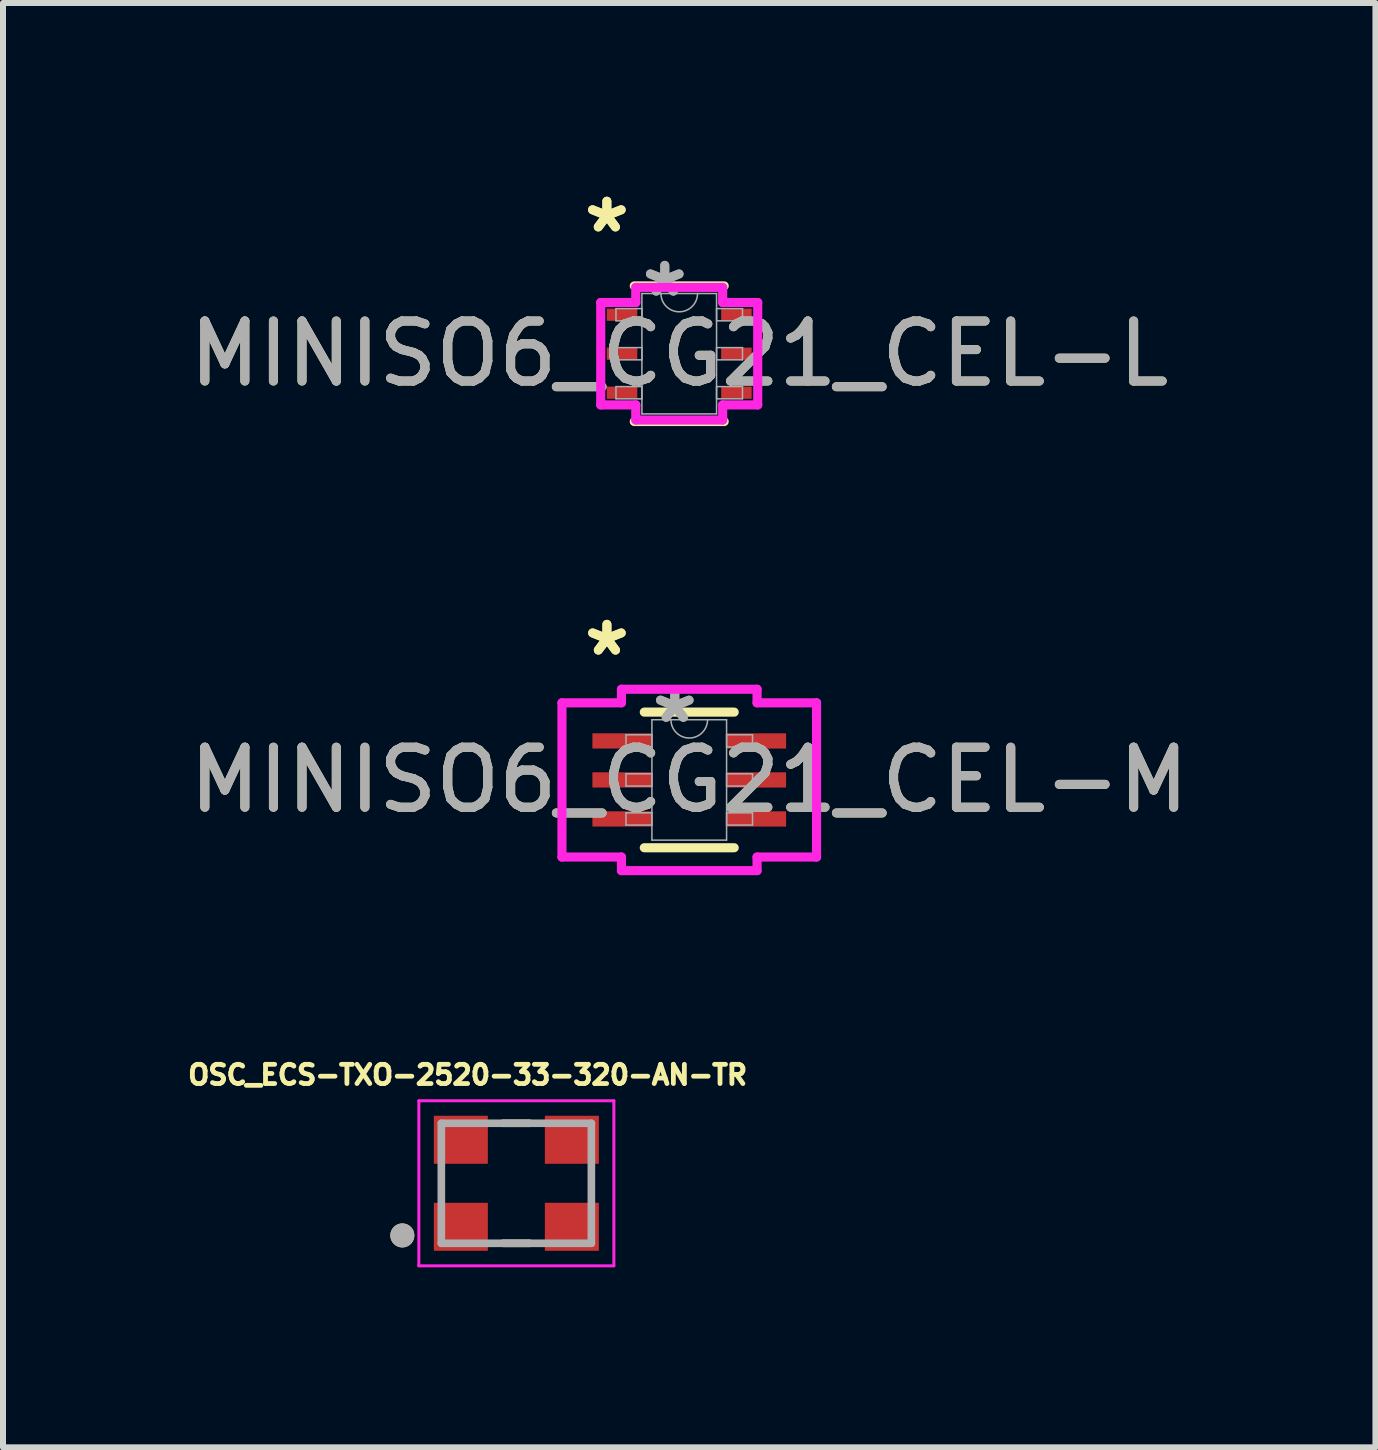
<source format=kicad_pcb>
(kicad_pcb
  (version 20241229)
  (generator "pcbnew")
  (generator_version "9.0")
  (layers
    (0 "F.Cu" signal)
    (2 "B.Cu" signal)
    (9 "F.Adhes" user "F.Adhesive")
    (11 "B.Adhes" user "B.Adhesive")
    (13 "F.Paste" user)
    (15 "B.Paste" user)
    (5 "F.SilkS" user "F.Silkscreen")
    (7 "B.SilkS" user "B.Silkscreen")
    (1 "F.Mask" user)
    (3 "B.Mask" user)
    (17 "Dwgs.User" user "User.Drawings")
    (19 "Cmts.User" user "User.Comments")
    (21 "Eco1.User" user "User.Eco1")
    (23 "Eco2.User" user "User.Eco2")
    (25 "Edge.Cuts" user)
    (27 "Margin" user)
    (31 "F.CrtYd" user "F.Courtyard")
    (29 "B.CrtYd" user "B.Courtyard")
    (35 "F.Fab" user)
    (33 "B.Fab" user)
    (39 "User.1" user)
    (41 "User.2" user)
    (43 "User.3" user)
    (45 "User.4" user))
  (footprint "MINISO6_CG21_CEL-M"
    (layer "F.Cu")
    (at 8.435 9.946)
    (property "Reference" "MINISO6_CG21_CEL-M" (at 0 0 0) (unlocked yes) (layer "F.SilkS") (effects (font (size 1 1) (thickness 0.15))))
    (attr smd)
    (fp_line (start -0.749 1.13) (end 0.749 1.13) (stroke (width 0.152) (type solid)) (layer "F.SilkS"))
    (fp_line (start 0.749 -1.13) (end -0.749 -1.13) (stroke (width 0.152) (type solid)) (layer "F.SilkS"))
    (fp_line (start -2.121 -1.285) (end -1.13 -1.285) (stroke (width 0.152) (type solid)) (layer "F.CrtYd"))
    (fp_line (start -2.121 1.285) (end -2.121 -1.285) (stroke (width 0.152) (type solid)) (layer "F.CrtYd"))
    (fp_line (start -2.121 1.285) (end -1.13 1.285) (stroke (width 0.152) (type solid)) (layer "F.CrtYd"))
    (fp_line (start -1.13 -1.511) (end 1.13 -1.511) (stroke (width 0.152) (type solid)) (layer "F.CrtYd"))
    (fp_line (start -1.13 -1.285) (end -1.13 -1.511) (stroke (width 0.152) (type solid)) (layer "F.CrtYd"))
    (fp_line (start -1.13 1.511) (end -1.13 1.285) (stroke (width 0.152) (type solid)) (layer "F.CrtYd"))
    (fp_line (start 1.13 -1.511) (end 1.13 -1.285) (stroke (width 0.152) (type solid)) (layer "F.CrtYd"))
    (fp_line (start 1.13 1.285) (end 1.13 1.511) (stroke (width 0.152) (type solid)) (layer "F.CrtYd"))
    (fp_line (start 1.13 1.511) (end -1.13 1.511) (stroke (width 0.152) (type solid)) (layer "F.CrtYd"))
    (fp_line (start 2.121 -1.285) (end 1.13 -1.285) (stroke (width 0.152) (type solid)) (layer "F.CrtYd"))
    (fp_line (start 2.121 -1.285) (end 2.121 1.285) (stroke (width 0.152) (type solid)) (layer "F.CrtYd"))
    (fp_line (start 2.121 1.285) (end 1.13 1.285) (stroke (width 0.152) (type solid)) (layer "F.CrtYd"))
    (fp_line (start -1.054 -0.752) (end -1.054 -0.548) (stroke (width 0.025) (type solid)) (layer "F.Fab"))
    (fp_line (start -1.054 -0.548) (end -0.622 -0.548) (stroke (width 0.025) (type solid)) (layer "F.Fab"))
    (fp_line (start -1.054 -0.102) (end -1.054 0.102) (stroke (width 0.025) (type solid)) (layer "F.Fab"))
    (fp_line (start -1.054 0.102) (end -0.622 0.102) (stroke (width 0.025) (type solid)) (layer "F.Fab"))
    (fp_line (start -1.054 0.548) (end -1.054 0.752) (stroke (width 0.025) (type solid)) (layer "F.Fab"))
    (fp_line (start -1.054 0.752) (end -0.622 0.752) (stroke (width 0.025) (type solid)) (layer "F.Fab"))
    (fp_line (start -0.622 -1.003) (end -0.622 1.003) (stroke (width 0.025) (type solid)) (layer "F.Fab"))
    (fp_line (start -0.622 -0.752) (end -1.054 -0.752) (stroke (width 0.025) (type solid)) (layer "F.Fab"))
    (fp_line (start -0.622 -0.548) (end -0.622 -0.752) (stroke (width 0.025) (type solid)) (layer "F.Fab"))
    (fp_line (start -0.622 -0.102) (end -1.054 -0.102) (stroke (width 0.025) (type solid)) (layer "F.Fab"))
    (fp_line (start -0.622 0.102) (end -0.622 -0.102) (stroke (width 0.025) (type solid)) (layer "F.Fab"))
    (fp_line (start -0.622 0.548) (end -1.054 0.548) (stroke (width 0.025) (type solid)) (layer "F.Fab"))
    (fp_line (start -0.622 0.752) (end -0.622 0.548) (stroke (width 0.025) (type solid)) (layer "F.Fab"))
    (fp_line (start -0.622 1.003) (end 0.622 1.003) (stroke (width 0.025) (type solid)) (layer "F.Fab"))
    (fp_line (start 0.622 -1.003) (end -0.622 -1.003) (stroke (width 0.025) (type solid)) (layer "F.Fab"))
    (fp_line (start 0.622 -0.752) (end 0.622 -0.548) (stroke (width 0.025) (type solid)) (layer "F.Fab"))
    (fp_line (start 0.622 -0.548) (end 1.054 -0.548) (stroke (width 0.025) (type solid)) (layer "F.Fab"))
    (fp_line (start 0.622 -0.102) (end 0.622 0.102) (stroke (width 0.025) (type solid)) (layer "F.Fab"))
    (fp_line (start 0.622 0.102) (end 1.054 0.102) (stroke (width 0.025) (type solid)) (layer "F.Fab"))
    (fp_line (start 0.622 0.548) (end 0.622 0.752) (stroke (width 0.025) (type solid)) (layer "F.Fab"))
    (fp_line (start 0.622 0.752) (end 1.054 0.752) (stroke (width 0.025) (type solid)) (layer "F.Fab"))
    (fp_line (start 0.622 1.003) (end 0.622 -1.003) (stroke (width 0.025) (type solid)) (layer "F.Fab"))
    (fp_line (start 1.054 -0.752) (end 0.622 -0.752) (stroke (width 0.025) (type solid)) (layer "F.Fab"))
    (fp_line (start 1.054 -0.548) (end 1.054 -0.752) (stroke (width 0.025) (type solid)) (layer "F.Fab"))
    (fp_line (start 1.054 -0.102) (end 0.622 -0.102) (stroke (width 0.025) (type solid)) (layer "F.Fab"))
    (fp_line (start 1.054 0.102) (end 1.054 -0.102) (stroke (width 0.025) (type solid)) (layer "F.Fab"))
    (fp_line (start 1.054 0.548) (end 0.622 0.548) (stroke (width 0.025) (type solid)) (layer "F.Fab"))
    (fp_line (start 1.054 0.752) (end 1.054 0.548) (stroke (width 0.025) (type solid)) (layer "F.Fab"))
    (fp_arc (start 0.3048 -1.0033) (mid 0 -0.6985) (end -0.3048 -1.0033) (stroke (width 0.0254) (type solid)) (layer "F.Fab"))
    (fp_text user "*" (at -1.372 -2.047 0) (layer "F.SilkS") (effects (font (size 1 1) (thickness 0.15))))
    (fp_text user "*" (at -1.372 -2.047 0) (unlocked yes) (layer "F.SilkS") (effects (font (size 1 1) (thickness 0.15))))
    (fp_text user "*" (at -0.241 -0.927 0) (unlocked yes) (layer "F.Fab") (effects (font (size 1 1) (thickness 0.15))))
    (fp_text user "${REFERENCE}" (at 0 0 0) (unlocked yes) (layer "F.Fab") (effects (font (size 1 1) (thickness 0.15))))
    (fp_text user "*" (at -0.241 -0.927 0) (layer "F.Fab") (effects (font (size 1 1) (thickness 0.15))))
    (pad "1" smd rect (at -1.118 -0.65) (size 0.991 0.254) (layers "F.Cu" "F.Mask" "F.Paste"))
    (pad "2" smd rect (at -1.118 0) (size 0.991 0.254) (layers "F.Cu" "F.Mask" "F.Paste"))
    (pad "3" smd rect (at -1.118 0.65) (size 0.991 0.254) (layers "F.Cu" "F.Mask" "F.Paste"))
    (pad "4" smd rect (at 1.118 0.65) (size 0.991 0.254) (layers "F.Cu" "F.Mask" "F.Paste"))
    (pad "5" smd rect (at 1.118 0) (size 0.991 0.254) (layers "F.Cu" "F.Mask" "F.Paste"))
    (pad "6" smd rect (at 1.118 -0.65) (size 0.991 0.254) (layers "F.Cu" "F.Mask" "F.Paste")))
  (footprint "OSC_ECS-TXO-2520-33-320-AN-TR"
    (layer "F.Cu")
    (at 5.554 16.667)
    (property "Reference" "OSC_ECS-TXO-2520-33-320-AN-TR" (at -0.812 -1.806 0) (layer "F.SilkS") (effects (font (size 0.32 0.32) (thickness 0.15))))
    (attr smd)
    (fp_line (start -0.221 -1) (end 0.221 -1) (stroke (width 0.127) (type solid)) (layer "F.SilkS"))
    (fp_line (start -0.221 1) (end 0.221 1) (stroke (width 0.127) (type solid)) (layer "F.SilkS"))
    (fp_circle (center -1.9 0.869) (end -1.8 0.869) (stroke (width 0.2) (type solid)) (fill no) (layer "F.SilkS"))
    (fp_line (start -1.625 -1.375) (end 1.625 -1.375) (stroke (width 0.05) (type solid)) (layer "F.CrtYd"))
    (fp_line (start -1.625 1.375) (end -1.625 -1.375) (stroke (width 0.05) (type solid)) (layer "F.CrtYd"))
    (fp_line (start 1.625 -1.375) (end 1.625 1.375) (stroke (width 0.05) (type solid)) (layer "F.CrtYd"))
    (fp_line (start 1.625 1.375) (end -1.625 1.375) (stroke (width 0.05) (type solid)) (layer "F.CrtYd"))
    (fp_line (start -1.25 -1) (end 1.25 -1) (stroke (width 0.127) (type solid)) (layer "F.Fab"))
    (fp_line (start -1.25 1) (end -1.25 -1) (stroke (width 0.127) (type solid)) (layer "F.Fab"))
    (fp_line (start 1.25 -1) (end 1.25 1) (stroke (width 0.127) (type solid)) (layer "F.Fab"))
    (fp_line (start 1.25 1) (end -1.25 1) (stroke (width 0.127) (type solid)) (layer "F.Fab"))
    (fp_circle (center -1.9 0.869) (end -1.8 0.869) (stroke (width 0.2) (type solid)) (fill no) (layer "F.Fab"))
    (pad "1" smd rect (at -0.925 0.725 180) (size 0.9 0.8) (layers "F.Cu" "F.Mask" "F.Paste"))
    (pad "2" smd rect (at 0.925 0.725 180) (size 0.9 0.8) (layers "F.Cu" "F.Mask" "F.Paste"))
    (pad "3" smd rect (at 0.925 -0.725 180) (size 0.9 0.8) (layers "F.Cu" "F.Mask" "F.Paste"))
    (pad "4" smd rect (at -0.925 -0.725 180) (size 0.9 0.8) (layers "F.Cu" "F.Mask" "F.Paste")))
  (footprint "MINISO6_CG21_CEL-L"
    (layer "F.Cu")
    (at 8.268 2.844)
    (property "Reference" "MINISO6_CG21_CEL-L" (at 0 0 0) (unlocked yes) (layer "F.SilkS") (effects (font (size 1 1) (thickness 0.15))))
    (attr smd)
    (fp_line (start -0.749 1.13) (end 0.749 1.13) (stroke (width 0.152) (type solid)) (layer "F.SilkS"))
    (fp_line (start 0.749 -1.13) (end -0.749 -1.13) (stroke (width 0.152) (type solid)) (layer "F.SilkS"))
    (fp_line (start -1.308 -0.853) (end -0.724 -0.853) (stroke (width 0.152) (type solid)) (layer "F.CrtYd"))
    (fp_line (start -1.308 0.853) (end -1.308 -0.853) (stroke (width 0.152) (type solid)) (layer "F.CrtYd"))
    (fp_line (start -1.308 0.853) (end -0.724 0.853) (stroke (width 0.152) (type solid)) (layer "F.CrtYd"))
    (fp_line (start -0.724 -1.105) (end 0.724 -1.105) (stroke (width 0.152) (type solid)) (layer "F.CrtYd"))
    (fp_line (start -0.724 -0.853) (end -0.724 -1.105) (stroke (width 0.152) (type solid)) (layer "F.CrtYd"))
    (fp_line (start -0.724 1.105) (end -0.724 0.853) (stroke (width 0.152) (type solid)) (layer "F.CrtYd"))
    (fp_line (start 0.724 -1.105) (end 0.724 -0.853) (stroke (width 0.152) (type solid)) (layer "F.CrtYd"))
    (fp_line (start 0.724 0.853) (end 0.724 1.105) (stroke (width 0.152) (type solid)) (layer "F.CrtYd"))
    (fp_line (start 0.724 1.105) (end -0.724 1.105) (stroke (width 0.152) (type solid)) (layer "F.CrtYd"))
    (fp_line (start 1.308 -0.853) (end 0.724 -0.853) (stroke (width 0.152) (type solid)) (layer "F.CrtYd"))
    (fp_line (start 1.308 -0.853) (end 1.308 0.853) (stroke (width 0.152) (type solid)) (layer "F.CrtYd"))
    (fp_line (start 1.308 0.853) (end 0.724 0.853) (stroke (width 0.152) (type solid)) (layer "F.CrtYd"))
    (fp_line (start -1.054 -0.752) (end -1.054 -0.548) (stroke (width 0.025) (type solid)) (layer "F.Fab"))
    (fp_line (start -1.054 -0.548) (end -0.622 -0.548) (stroke (width 0.025) (type solid)) (layer "F.Fab"))
    (fp_line (start -1.054 -0.102) (end -1.054 0.102) (stroke (width 0.025) (type solid)) (layer "F.Fab"))
    (fp_line (start -1.054 0.102) (end -0.622 0.102) (stroke (width 0.025) (type solid)) (layer "F.Fab"))
    (fp_line (start -1.054 0.548) (end -1.054 0.752) (stroke (width 0.025) (type solid)) (layer "F.Fab"))
    (fp_line (start -1.054 0.752) (end -0.622 0.752) (stroke (width 0.025) (type solid)) (layer "F.Fab"))
    (fp_line (start -0.622 -1.003) (end -0.622 1.003) (stroke (width 0.025) (type solid)) (layer "F.Fab"))
    (fp_line (start -0.622 -0.752) (end -1.054 -0.752) (stroke (width 0.025) (type solid)) (layer "F.Fab"))
    (fp_line (start -0.622 -0.548) (end -0.622 -0.752) (stroke (width 0.025) (type solid)) (layer "F.Fab"))
    (fp_line (start -0.622 -0.102) (end -1.054 -0.102) (stroke (width 0.025) (type solid)) (layer "F.Fab"))
    (fp_line (start -0.622 0.102) (end -0.622 -0.102) (stroke (width 0.025) (type solid)) (layer "F.Fab"))
    (fp_line (start -0.622 0.548) (end -1.054 0.548) (stroke (width 0.025) (type solid)) (layer "F.Fab"))
    (fp_line (start -0.622 0.752) (end -0.622 0.548) (stroke (width 0.025) (type solid)) (layer "F.Fab"))
    (fp_line (start -0.622 1.003) (end 0.622 1.003) (stroke (width 0.025) (type solid)) (layer "F.Fab"))
    (fp_line (start 0.622 -1.003) (end -0.622 -1.003) (stroke (width 0.025) (type solid)) (layer "F.Fab"))
    (fp_line (start 0.622 -0.752) (end 0.622 -0.548) (stroke (width 0.025) (type solid)) (layer "F.Fab"))
    (fp_line (start 0.622 -0.548) (end 1.054 -0.548) (stroke (width 0.025) (type solid)) (layer "F.Fab"))
    (fp_line (start 0.622 -0.102) (end 0.622 0.102) (stroke (width 0.025) (type solid)) (layer "F.Fab"))
    (fp_line (start 0.622 0.102) (end 1.054 0.102) (stroke (width 0.025) (type solid)) (layer "F.Fab"))
    (fp_line (start 0.622 0.548) (end 0.622 0.752) (stroke (width 0.025) (type solid)) (layer "F.Fab"))
    (fp_line (start 0.622 0.752) (end 1.054 0.752) (stroke (width 0.025) (type solid)) (layer "F.Fab"))
    (fp_line (start 0.622 1.003) (end 0.622 -1.003) (stroke (width 0.025) (type solid)) (layer "F.Fab"))
    (fp_line (start 1.054 -0.752) (end 0.622 -0.752) (stroke (width 0.025) (type solid)) (layer "F.Fab"))
    (fp_line (start 1.054 -0.548) (end 1.054 -0.752) (stroke (width 0.025) (type solid)) (layer "F.Fab"))
    (fp_line (start 1.054 -0.102) (end 0.622 -0.102) (stroke (width 0.025) (type solid)) (layer "F.Fab"))
    (fp_line (start 1.054 0.102) (end 1.054 -0.102) (stroke (width 0.025) (type solid)) (layer "F.Fab"))
    (fp_line (start 1.054 0.548) (end 0.622 0.548) (stroke (width 0.025) (type solid)) (layer "F.Fab"))
    (fp_line (start 1.054 0.752) (end 1.054 0.548) (stroke (width 0.025) (type solid)) (layer "F.Fab"))
    (fp_arc (start 0.3048 -1.0033) (mid 0 -0.6985) (end -0.3048 -1.0033) (stroke (width 0.0254) (type solid)) (layer "F.Fab"))
    (fp_text user "*" (at -1.206 -1.996 0) (unlocked yes) (layer "F.SilkS") (effects (font (size 1 1) (thickness 0.15))))
    (fp_text user "*" (at -1.206 -1.996 0) (layer "F.SilkS") (effects (font (size 1 1) (thickness 0.15))))
    (fp_text user "*" (at -0.241 -0.927 0) (layer "F.Fab") (effects (font (size 1 1) (thickness 0.15))))
    (fp_text user "${REFERENCE}" (at 0 0 0) (unlocked yes) (layer "F.Fab") (effects (font (size 1 1) (thickness 0.15))))
    (fp_text user "*" (at -0.241 -0.927 0) (unlocked yes) (layer "F.Fab") (effects (font (size 1 1) (thickness 0.15))))
    (pad "1" smd rect (at -0.953 -0.65) (size 0.508 0.203) (layers "F.Cu" "F.Mask" "F.Paste"))
    (pad "2" smd rect (at -0.953 0) (size 0.508 0.203) (layers "F.Cu" "F.Mask" "F.Paste"))
    (pad "3" smd rect (at -0.953 0.65) (size 0.508 0.203) (layers "F.Cu" "F.Mask" "F.Paste"))
    (pad "4" smd rect (at 0.953 0.65) (size 0.508 0.203) (layers "F.Cu" "F.Mask" "F.Paste"))
    (pad "5" smd rect (at 0.953 0) (size 0.508 0.203) (layers "F.Cu" "F.Mask" "F.Paste"))
    (pad "6" smd rect (at 0.953 -0.65) (size 0.508 0.203) (layers "F.Cu" "F.Mask" "F.Paste")))
  (gr_rect
    (start -3 -3)
    (end 19.869 21.067)
    (stroke (width 0.1) (type default))
    (fill no)
    (layer "Edge.Cuts")))
</source>
